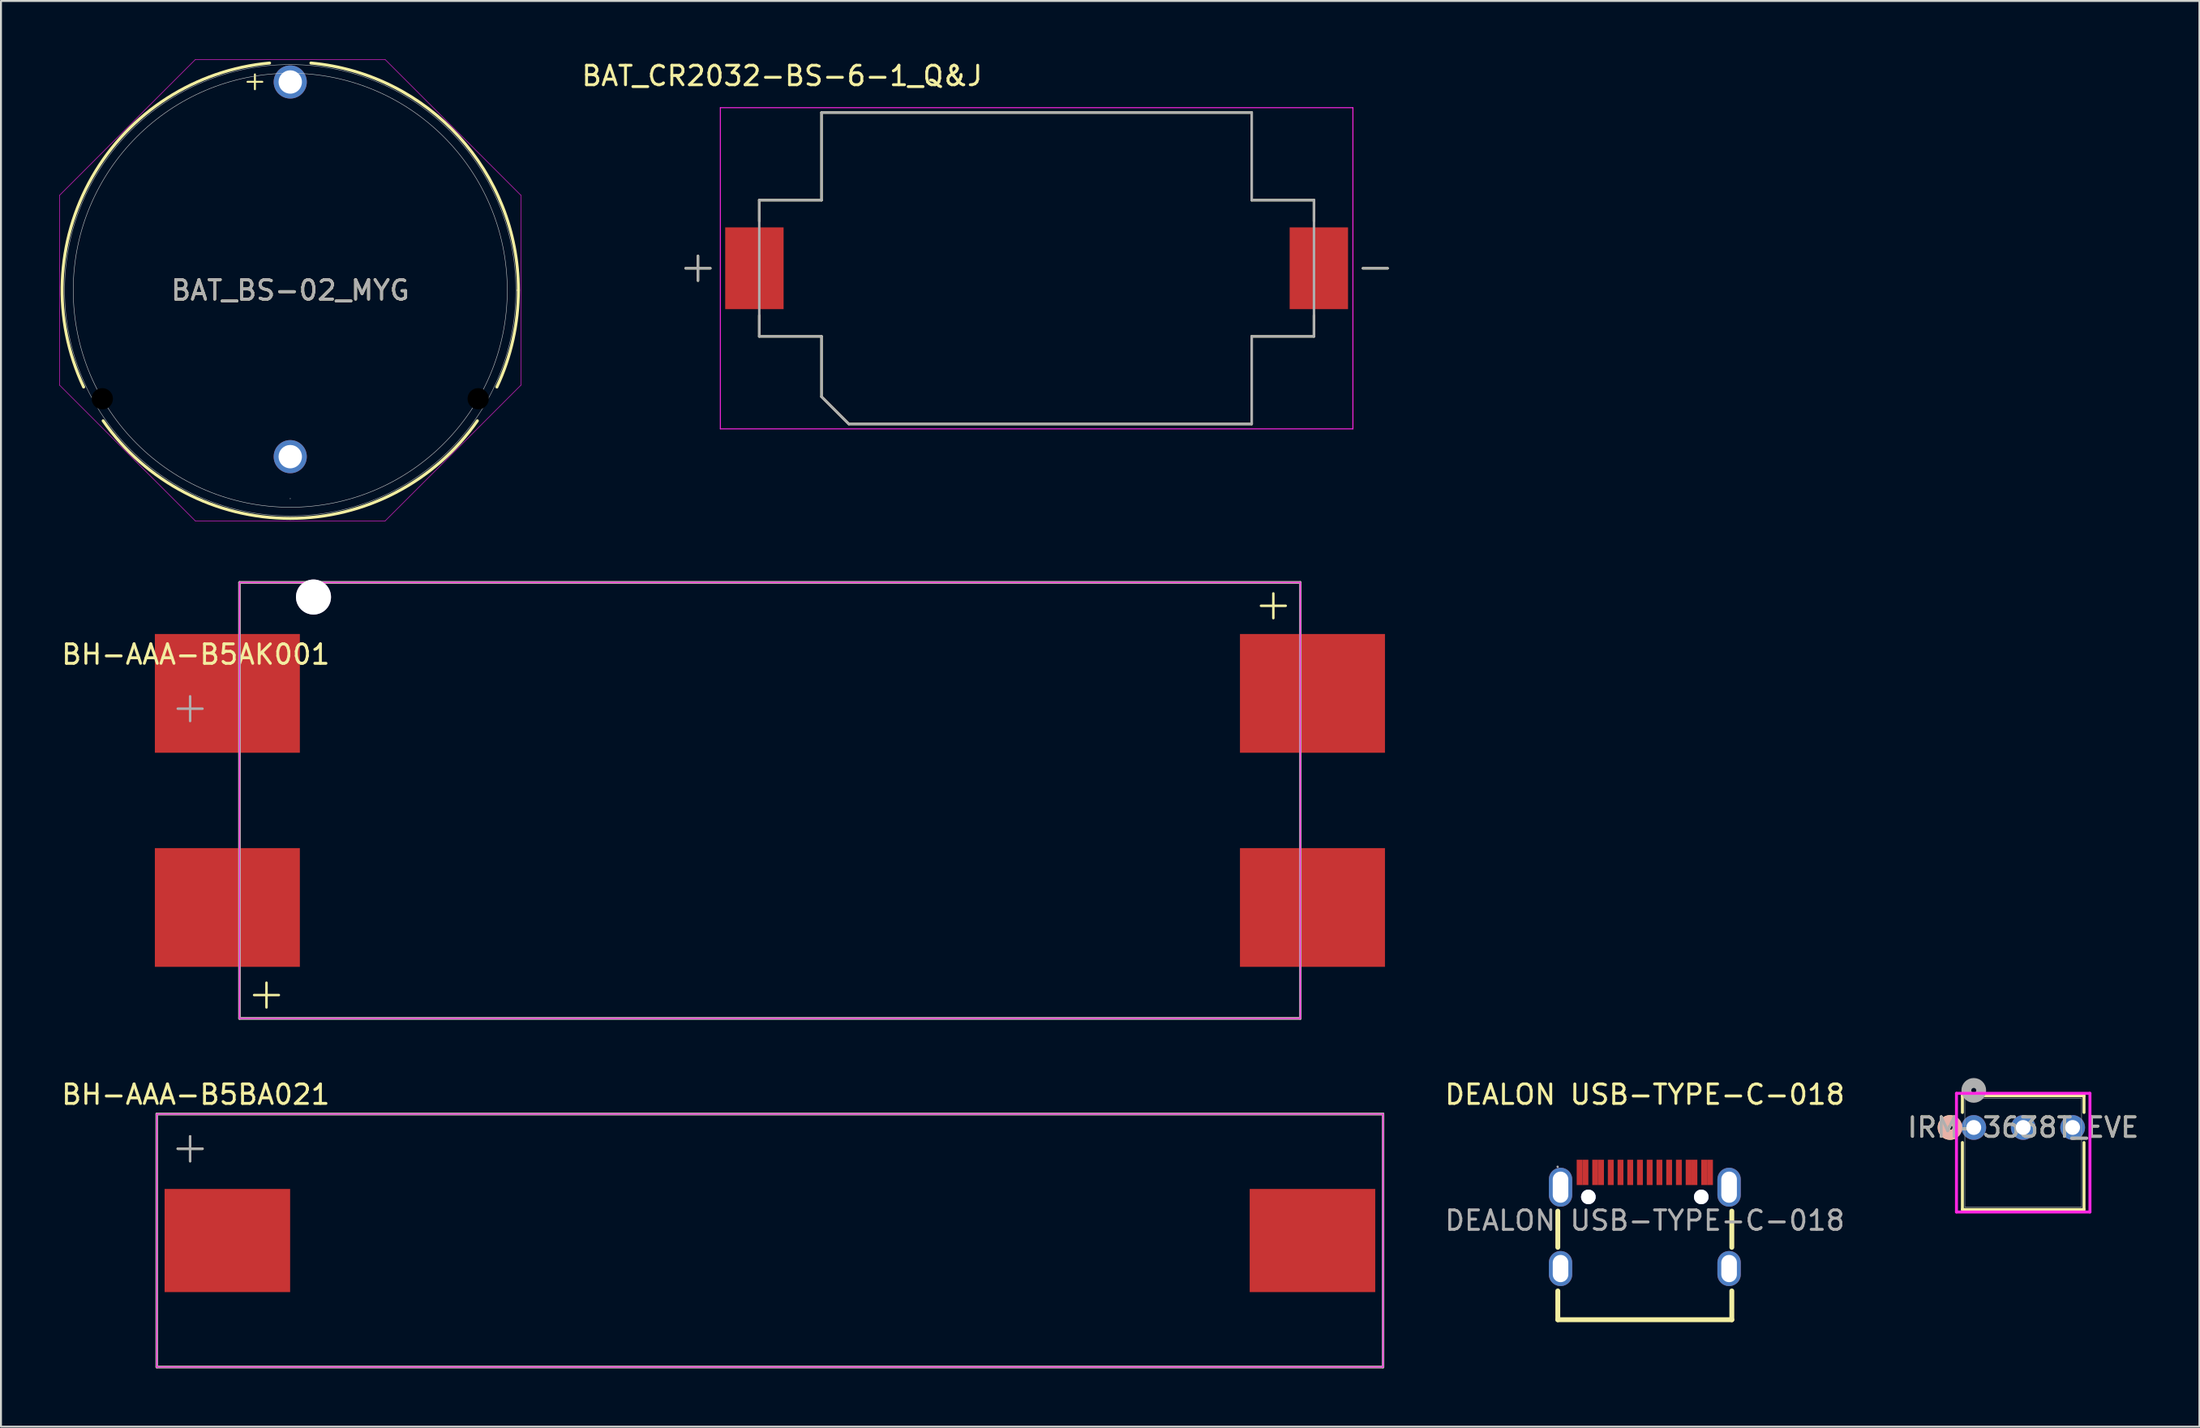
<source format=kicad_pcb>
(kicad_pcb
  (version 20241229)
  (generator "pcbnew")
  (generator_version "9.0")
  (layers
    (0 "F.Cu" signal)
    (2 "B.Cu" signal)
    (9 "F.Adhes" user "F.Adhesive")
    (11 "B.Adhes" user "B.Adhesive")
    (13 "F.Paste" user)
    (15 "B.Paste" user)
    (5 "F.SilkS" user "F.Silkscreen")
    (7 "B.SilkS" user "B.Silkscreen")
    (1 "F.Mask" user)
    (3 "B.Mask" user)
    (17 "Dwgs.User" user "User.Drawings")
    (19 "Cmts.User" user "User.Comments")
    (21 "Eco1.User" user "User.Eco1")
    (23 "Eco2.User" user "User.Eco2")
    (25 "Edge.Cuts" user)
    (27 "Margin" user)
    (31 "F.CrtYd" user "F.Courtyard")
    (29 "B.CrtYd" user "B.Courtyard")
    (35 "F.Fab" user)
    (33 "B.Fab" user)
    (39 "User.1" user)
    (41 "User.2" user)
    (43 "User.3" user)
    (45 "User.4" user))
  (footprint "IRM-3638T_EVE"
    (layer "F.Cu")
    (at 98.357 54.877)
    (property "Reference" "IRM-3638T_EVE" (at 2.54 0 0) (unlocked yes) (layer "F.SilkS") (effects (font (size 1 1) (thickness 0.15))))
    (attr through_hole)
    (fp_line (start -0.584 -1.627) (end -0.584 -0.772) (stroke (width 0.152) (type solid)) (layer "F.SilkS"))
    (fp_line (start -0.584 0.772) (end -0.584 4.215) (stroke (width 0.152) (type solid)) (layer "F.SilkS"))
    (fp_line (start -0.584 4.215) (end 5.664 4.215) (stroke (width 0.152) (type solid)) (layer "F.SilkS"))
    (fp_line (start 5.664 -1.627) (end -0.584 -1.627) (stroke (width 0.152) (type solid)) (layer "F.SilkS"))
    (fp_line (start 5.664 -0.772) (end 5.664 -1.627) (stroke (width 0.152) (type solid)) (layer "F.SilkS"))
    (fp_line (start 5.664 4.215) (end 5.664 0.772) (stroke (width 0.152) (type solid)) (layer "F.SilkS"))
    (fp_arc (start -1.088234 0.357783) (mid -1.6002 0) (end -1.088234 -0.357783) (stroke (width 0.508) (type solid)) (layer "F.SilkS"))
    (fp_circle (center -1.219 0) (end -0.838 0) (stroke (width 0.508) (type solid)) (fill no) (layer "B.SilkS"))
    (fp_line (start -0.889 -1.754) (end -0.889 4.342) (stroke (width 0.152) (type solid)) (layer "F.CrtYd"))
    (fp_line (start -0.889 4.342) (end 5.969 4.342) (stroke (width 0.152) (type solid)) (layer "F.CrtYd"))
    (fp_line (start 5.969 -1.754) (end -0.889 -1.754) (stroke (width 0.152) (type solid)) (layer "F.CrtYd"))
    (fp_line (start 5.969 4.342) (end 5.969 -1.754) (stroke (width 0.152) (type solid)) (layer "F.CrtYd"))
    (fp_line (start -0.457 -1.5) (end -0.457 4.088) (stroke (width 0.025) (type solid)) (layer "F.Fab"))
    (fp_line (start -0.457 4.088) (end 5.537 4.088) (stroke (width 0.025) (type solid)) (layer "F.Fab"))
    (fp_line (start 5.537 -1.5) (end -0.457 -1.5) (stroke (width 0.025) (type solid)) (layer "F.Fab"))
    (fp_line (start 5.537 4.088) (end 5.537 -1.5) (stroke (width 0.025) (type solid)) (layer "F.Fab"))
    (fp_circle (center 0 -1.905) (end 0.381 -1.905) (stroke (width 0.508) (type solid)) (fill no) (layer "F.Fab"))
    (fp_text user "${REFERENCE}" (at 2.54 0 0) (unlocked yes) (layer "F.Fab") (effects (font (size 1 1) (thickness 0.15))))
    (pad "1" thru_hole circle (at 0 0) (size 1.27 1.27) (drill 0.762) (layers "*.Cu" "*.Mask"))
    (pad "2" thru_hole circle (at 2.54 0) (size 1.27 1.27) (drill 0.762) (layers "*.Cu" "*.Mask"))
    (pad "3" thru_hole circle (at 5.08 0) (size 1.27 1.27) (drill 0.762) (layers "*.Cu" "*.Mask")))
  (footprint "DEALON USB-TYPE-C-018"
    (layer "F.Cu")
    (at 81.456 59.655)
    (property "Reference" "DEALON USB-TYPE-C-018" (at 0 -6.47 0) (layer "F.SilkS") (effects (font (size 1 1) (thickness 0.15))))
    (attr smd)
    (fp_line (start -4.47 1.38) (end -4.47 -0.48) (stroke (width 0.25) (type solid)) (layer "F.SilkS"))
    (fp_line (start -4.47 5.1) (end -4.47 3.62) (stroke (width 0.25) (type solid)) (layer "F.SilkS"))
    (fp_line (start 4.47 1.38) (end 4.47 -0.48) (stroke (width 0.25) (type solid)) (layer "F.SilkS"))
    (fp_line (start 4.47 5.1) (end -4.47 5.1) (stroke (width 0.25) (type solid)) (layer "F.SilkS"))
    (fp_line (start 4.47 5.1) (end 4.47 3.62) (stroke (width 0.25) (type solid)) (layer "F.SilkS"))
    (fp_circle (center -2.9 -1.21) (end -2.78 -1.21) (stroke (width 0.25) (type solid)) (fill no) (layer "Cmts.User"))
    (fp_circle (center 2.9 -1.21) (end 3.02 -1.21) (stroke (width 0.25) (type solid)) (fill no) (layer "Cmts.User"))
    (fp_circle (center -4.48 -2.76) (end -4.45 -2.76) (stroke (width 0.06) (type solid)) (fill no) (layer "F.Fab"))
    (fp_text user "${REFERENCE}" (at 0 0 0) (layer "F.Fab") (effects (font (size 1 1) (thickness 0.15))))
    (pad "" thru_hole circle (at -2.9 -1.21) (size 0.75 0.75) (drill 0.75) (layers "*.Cu" "*.Mask"))
    (pad "" thru_hole circle (at 2.9 -1.21) (size 0.75 0.75) (drill 0.75) (layers "*.Cu" "*.Mask"))
    (pad "0" thru_hole oval (at -4.33 -1.71) (size 1.2 2) (drill oval 0.8 1.6) (layers "*.Cu" "*.Mask"))
    (pad "1" thru_hole oval (at 4.33 -1.71) (size 1.2 2) (drill oval 0.8 1.6) (layers "*.Cu" "*.Mask"))
    (pad "2" thru_hole oval (at 4.33 2.47) (size 1.2 1.8) (drill oval 0.8 1.4) (layers "*.Cu" "*.Mask"))
    (pad "3" thru_hole oval (at -4.33 2.47) (size 1.2 1.8) (drill oval 0.8 1.4) (layers "*.Cu" "*.Mask"))
    (pad "A1" smd rect (at -3.35 -2.47) (size 0.3 1.3) (layers "F.Cu" "F.Mask" "F.Paste"))
    (pad "A4" smd rect (at -2.55 -2.47) (size 0.3 1.3) (layers "F.Cu" "F.Mask" "F.Paste"))
    (pad "A5" smd rect (at -1.25 -2.47) (size 0.3 1.3) (layers "F.Cu" "F.Mask" "F.Paste"))
    (pad "A6" smd rect (at -0.25 -2.47) (size 0.3 1.3) (layers "F.Cu" "F.Mask" "F.Paste"))
    (pad "A7" smd rect (at 0.25 -2.47) (size 0.3 1.3) (layers "F.Cu" "F.Mask" "F.Paste"))
    (pad "A8" smd rect (at 1.25 -2.47) (size 0.3 1.3) (layers "F.Cu" "F.Mask" "F.Paste"))
    (pad "A9" smd rect (at 2.55 -2.47) (size 0.3 1.3) (layers "F.Cu" "F.Mask" "F.Paste"))
    (pad "A12" smd rect (at 3.35 -2.47) (size 0.3 1.3) (layers "F.Cu" "F.Mask" "F.Paste"))
    (pad "B1" smd rect (at 3.05 -2.47) (size 0.3 1.3) (layers "F.Cu" "F.Mask" "F.Paste"))
    (pad "B4" smd rect (at 2.25 -2.47) (size 0.3 1.3) (layers "F.Cu" "F.Mask" "F.Paste"))
    (pad "B5" smd rect (at 1.75 -2.47) (size 0.3 1.3) (layers "F.Cu" "F.Mask" "F.Paste"))
    (pad "B6" smd rect (at 0.75 -2.47) (size 0.3 1.3) (layers "F.Cu" "F.Mask" "F.Paste"))
    (pad "B7" smd rect (at -0.75 -2.47) (size 0.3 1.3) (layers "F.Cu" "F.Mask" "F.Paste"))
    (pad "B8" smd rect (at -1.75 -2.47) (size 0.3 1.3) (layers "F.Cu" "F.Mask" "F.Paste"))
    (pad "B9" smd rect (at -2.25 -2.47) (size 0.3 1.3) (layers "F.Cu" "F.Mask" "F.Paste"))
    (pad "B12" smd rect (at -3.05 -2.47) (size 0.3 1.3) (layers "F.Cu" "F.Mask" "F.Paste")))
  (footprint "BH-AAA-B5BA021"
    (layer "F.Cu")
    (at 36.506 60.685)
    (property "Reference" "BH-AAA-B5BA021" (at -29.5 -7.5 0) (layer "F.SilkS") (effects (font (size 1 1) (thickness 0.15))))
    (attr smd)
    (fp_line (start -31.5 -6.5) (end -31.5 6.5) (stroke (width 0.127) (type solid)) (layer "F.SilkS"))
    (fp_line (start -29.788 -4.079) (end -29.788 -5.349) (stroke (width 0.127) (type solid)) (layer "F.SilkS"))
    (fp_line (start -29.153 -4.714) (end -30.423 -4.714) (stroke (width 0.127) (type solid)) (layer "F.SilkS"))
    (fp_line (start 31.5 -6.5) (end -31.5 -6.5) (stroke (width 0.127) (type solid)) (layer "F.SilkS"))
    (fp_line (start 31.5 -6.5) (end 31.5 6.5) (stroke (width 0.127) (type solid)) (layer "F.SilkS"))
    (fp_line (start 31.5 6.5) (end -31.5 6.5) (stroke (width 0.127) (type solid)) (layer "F.SilkS"))
    (fp_line (start -31.5 6.5) (end -31.5 -6.5) (stroke (width 0.05) (type solid)) (layer "F.CrtYd"))
    (fp_line (start 31.5 -6.5) (end -31.5 -6.5) (stroke (width 0.05) (type solid)) (layer "F.CrtYd"))
    (fp_line (start 31.5 6.5) (end -31.5 6.5) (stroke (width 0.05) (type solid)) (layer "F.CrtYd"))
    (fp_line (start 31.5 6.5) (end 31.5 -6.5) (stroke (width 0.05) (type solid)) (layer "F.CrtYd"))
    (fp_line (start -31.5 -6.5) (end -31.5 6.5) (stroke (width 0.127) (type solid)) (layer "F.Fab"))
    (fp_line (start -29.788 -4.079) (end -29.788 -5.349) (stroke (width 0.127) (type solid)) (layer "F.Fab"))
    (fp_line (start -29.153 -4.714) (end -30.423 -4.714) (stroke (width 0.127) (type solid)) (layer "F.Fab"))
    (fp_line (start 31.5 -6.5) (end -31.5 -6.5) (stroke (width 0.127) (type solid)) (layer "F.Fab"))
    (fp_line (start 31.5 6.5) (end -31.5 6.5) (stroke (width 0.127) (type solid)) (layer "F.Fab"))
    (fp_line (start 31.5 6.5) (end 31.5 -6.5) (stroke (width 0.127) (type solid)) (layer "F.Fab"))
    (pad "1" smd rect (at -27.875 0) (size 6.45 5.3) (layers "F.Cu" "F.Mask" "F.Paste"))
    (pad "2" smd rect (at 27.875 0) (size 6.45 5.3) (layers "F.Cu" "F.Mask" "F.Paste")))
  (footprint "BH-AAA-B5AK001"
    (layer "F.Cu")
    (at 36.506 38.074)
    (property "Reference" "BH-AAA-B5AK001" (at -29.5 -7.5 0) (layer "F.SilkS") (effects (font (size 1 1) (thickness 0.15))))
    (attr smd)
    (fp_line (start -27.25 -11.2) (end -27.25 11.2) (stroke (width 0.127) (type solid)) (layer "F.SilkS"))
    (fp_line (start -27.25 -11.2) (end 27.25 -11.2) (stroke (width 0.127) (type solid)) (layer "F.SilkS"))
    (fp_line (start -25.865 10.635) (end -25.865 9.365) (stroke (width 0.127) (type solid)) (layer "F.SilkS"))
    (fp_line (start -25.23 10) (end -26.5 10) (stroke (width 0.127) (type solid)) (layer "F.SilkS"))
    (fp_line (start 25.865 -9.365) (end 25.865 -10.635) (stroke (width 0.127) (type solid)) (layer "F.SilkS"))
    (fp_line (start 26.5 -10) (end 25.23 -10) (stroke (width 0.127) (type solid)) (layer "F.SilkS"))
    (fp_line (start 27.25 -11.2) (end 27.25 11.2) (stroke (width 0.127) (type solid)) (layer "F.SilkS"))
    (fp_line (start 27.25 11.2) (end -27.25 11.2) (stroke (width 0.127) (type solid)) (layer "F.SilkS"))
    (fp_line (start -27.25 11.2) (end -27.25 -11.2) (stroke (width 0.05) (type solid)) (layer "F.CrtYd"))
    (fp_line (start 27.25 -11.2) (end -27.25 -11.2) (stroke (width 0.05) (type solid)) (layer "F.CrtYd"))
    (fp_line (start 27.25 11.2) (end -27.25 11.2) (stroke (width 0.05) (type solid)) (layer "F.CrtYd"))
    (fp_line (start 27.25 11.2) (end 27.25 -11.2) (stroke (width 0.05) (type solid)) (layer "F.CrtYd"))
    (fp_line (start -29.788 -4.079) (end -29.788 -5.349) (stroke (width 0.127) (type solid)) (layer "F.Fab"))
    (fp_line (start -29.153 -4.714) (end -30.423 -4.714) (stroke (width 0.127) (type solid)) (layer "F.Fab"))
    (fp_line (start -27.25 -11.2) (end -27.25 11.2) (stroke (width 0.127) (type solid)) (layer "F.Fab"))
    (fp_line (start 27.25 -11.2) (end -27.25 -11.2) (stroke (width 0.127) (type solid)) (layer "F.Fab"))
    (fp_line (start 27.25 11.2) (end -27.25 11.2) (stroke (width 0.127) (type solid)) (layer "F.Fab"))
    (fp_line (start 27.25 11.2) (end 27.25 -11.2) (stroke (width 0.127) (type solid)) (layer "F.Fab"))
    (pad "" thru_hole circle (at -23.45 -10.45) (size 1.8 1.8) (drill 1.8) (layers "*.Cu" "*.Mask"))
    (pad "1" smd rect (at 27.875 -5.5) (size 7.45 6.1) (layers "F.Cu" "F.Mask" "F.Paste"))
    (pad "2" smd rect (at -27.875 -5.5) (size 7.45 6.1) (layers "F.Cu" "F.Mask" "F.Paste"))
    (pad "3" smd rect (at -27.875 5.5) (size 7.45 6.1) (layers "F.Cu" "F.Mask" "F.Paste"))
    (pad "4" smd rect (at 27.875 5.5) (size 7.45 6.1) (layers "F.Cu" "F.Mask" "F.Paste")))
  (footprint "BAT_BS-02_MYG"
    (layer "F.Cu")
    (at 11.862 1.162)
    (property "Reference" "BAT_BS-02_MYG" (at 0 10.7 0) (unlocked yes) (layer "F.SilkS") (effects (font (size 1 1) (thickness 0.15))))
    (attr through_hole)
    (fp_arc (start -10.615319 15.672196) (mid -10.166596 4.864947) (end -1.061357 -0.973941) (stroke (width 0.1524) (type solid)) (layer "F.SilkS"))
    (fp_arc (start 1.061357 -0.973941) (mid 8.655893 2.795382) (end 11.7221 10.70001) (stroke (width 0.1524) (type solid)) (layer "F.SilkS"))
    (fp_arc (start 9.613692 17.407062) (mid -0.000009 22.42211) (end -9.613703 17.407047) (stroke (width 0.1524) (type solid)) (layer "F.SilkS"))
    (fp_arc (start 11.7221 10.700024) (mid 11.442057 13.24696) (end 10.615316 15.672203) (stroke (width 0.1524) (type solid)) (layer "F.SilkS"))
    (fp_circle (center 0 10.7) (end 11.15 10.7) (stroke (width 0.025) (type solid)) (fill no) (layer "Dwgs.User"))
    (fp_line (start -11.849 5.821) (end -4.879 -1.149) (stroke (width 0.025) (type solid)) (layer "F.CrtYd"))
    (fp_line (start -11.849 15.579) (end -11.849 5.821) (stroke (width 0.025) (type solid)) (layer "F.CrtYd"))
    (fp_line (start -4.879 -1.149) (end 4.879 -1.149) (stroke (width 0.025) (type solid)) (layer "F.CrtYd"))
    (fp_line (start -4.879 22.549) (end -11.849 15.579) (stroke (width 0.025) (type solid)) (layer "F.CrtYd"))
    (fp_line (start 4.879 -1.149) (end 11.849 5.821) (stroke (width 0.025) (type solid)) (layer "F.CrtYd"))
    (fp_line (start 4.879 22.549) (end -4.879 22.549) (stroke (width 0.025) (type solid)) (layer "F.CrtYd"))
    (fp_line (start 11.849 5.821) (end 11.849 15.579) (stroke (width 0.025) (type solid)) (layer "F.CrtYd"))
    (fp_line (start 11.849 15.579) (end 4.879 22.549) (stroke (width 0.025) (type solid)) (layer "F.CrtYd"))
    (fp_circle (center 0 10.7) (end 11.595 10.7) (stroke (width 0.025) (type solid)) (fill no) (layer "F.Fab"))
    (fp_circle (center 0 21.406) (end 0 21.406) (stroke (width 0.025) (type solid)) (fill no) (layer "F.Fab"))
    (fp_text user "+" (at -2.5 0.5 0) (unlocked yes) (layer "F.SilkS") (effects (font (size 1 1) (thickness 0.1)) (justify left bottom)))
    (fp_text user "${REFERENCE}" (at 0 10.7 0) (unlocked yes) (layer "F.Fab") (effects (font (size 1 1) (thickness 0.15))))
    (pad "" np_thru_hole circle (at -9.656 16.275 120) (size 1.092 1.092) (drill 1.092) (layers))
    (pad "" np_thru_hole circle (at 9.656 16.275 240) (size 1.092 1.092) (drill 1.092) (layers))
    (pad "1" thru_hole circle (at 0 0) (size 1.702 1.702) (drill 1.2) (layers "*.Cu" "*.Mask"))
    (pad "2" thru_hole circle (at 0 19.25) (size 1.702 1.702) (drill 1.2) (layers "*.Cu" "*.Mask")))
  (footprint "BAT_CR2032-BS-6-1_Q&J"
    (layer "F.Cu")
    (at 50.209 10.733)
    (property "Reference" "BAT_CR2032-BS-6-1_Q&J" (at -13.075 -9.885 0) (layer "F.SilkS") (effects (font (size 1 1) (thickness 0.15))))
    (attr smd)
    (fp_line (start -17.399 0.635) (end -17.399 -0.635) (stroke (width 0.127) (type solid)) (layer "F.SilkS"))
    (fp_line (start -16.764 0) (end -18.034 0) (stroke (width 0.127) (type solid)) (layer "F.SilkS"))
    (fp_line (start -14.25 -3.5) (end -14.25 -2.42) (stroke (width 0.127) (type solid)) (layer "F.SilkS"))
    (fp_line (start -14.25 2.42) (end -14.25 3.5) (stroke (width 0.127) (type solid)) (layer "F.SilkS"))
    (fp_line (start -14.25 3.5) (end -11.05 3.5) (stroke (width 0.127) (type solid)) (layer "F.SilkS"))
    (fp_line (start -11.05 -8) (end 11.05 -8) (stroke (width 0.127) (type solid)) (layer "F.SilkS"))
    (fp_line (start -11.05 -3.5) (end -14.25 -3.5) (stroke (width 0.127) (type solid)) (layer "F.SilkS"))
    (fp_line (start -11.05 -3.5) (end -11.05 -8) (stroke (width 0.127) (type solid)) (layer "F.SilkS"))
    (fp_line (start -11.05 6.6) (end -11.05 3.5) (stroke (width 0.127) (type solid)) (layer "F.SilkS"))
    (fp_line (start -9.65 8) (end -11.05 6.6) (stroke (width 0.127) (type solid)) (layer "F.SilkS"))
    (fp_line (start 11.05 -8) (end 11.05 -3.5) (stroke (width 0.127) (type solid)) (layer "F.SilkS"))
    (fp_line (start 11.05 3.5) (end 11.05 8) (stroke (width 0.127) (type solid)) (layer "F.SilkS"))
    (fp_line (start 11.05 3.5) (end 14.25 3.5) (stroke (width 0.127) (type solid)) (layer "F.SilkS"))
    (fp_line (start 11.05 8) (end -9.65 8) (stroke (width 0.127) (type solid)) (layer "F.SilkS"))
    (fp_line (start 14.25 -3.5) (end 11.05 -3.5) (stroke (width 0.127) (type solid)) (layer "F.SilkS"))
    (fp_line (start 14.25 -3.5) (end 14.25 -2.42) (stroke (width 0.127) (type solid)) (layer "F.SilkS"))
    (fp_line (start 14.25 3.5) (end 14.25 2.42) (stroke (width 0.127) (type solid)) (layer "F.SilkS"))
    (fp_line (start 16.764 0) (end 18.034 0) (stroke (width 0.127) (type solid)) (layer "F.SilkS"))
    (fp_line (start -16.25 -8.25) (end -16.25 8.25) (stroke (width 0.05) (type solid)) (layer "F.CrtYd"))
    (fp_line (start -16.25 8.25) (end 16.25 8.25) (stroke (width 0.05) (type solid)) (layer "F.CrtYd"))
    (fp_line (start 16.25 -8.25) (end -16.25 -8.25) (stroke (width 0.05) (type solid)) (layer "F.CrtYd"))
    (fp_line (start 16.25 8.25) (end 16.25 -8.25) (stroke (width 0.05) (type solid)) (layer "F.CrtYd"))
    (fp_line (start -17.399 0.635) (end -17.399 -0.635) (stroke (width 0.127) (type solid)) (layer "F.Fab"))
    (fp_line (start -16.764 0) (end -18.034 0) (stroke (width 0.127) (type solid)) (layer "F.Fab"))
    (fp_line (start -14.25 -3.5) (end -14.25 3.5) (stroke (width 0.127) (type solid)) (layer "F.Fab"))
    (fp_line (start -14.25 3.5) (end -11.05 3.5) (stroke (width 0.127) (type solid)) (layer "F.Fab"))
    (fp_line (start -11.05 -8) (end 11.05 -8) (stroke (width 0.127) (type solid)) (layer "F.Fab"))
    (fp_line (start -11.05 -3.5) (end -14.25 -3.5) (stroke (width 0.127) (type solid)) (layer "F.Fab"))
    (fp_line (start -11.05 -3.5) (end -11.05 -8) (stroke (width 0.127) (type solid)) (layer "F.Fab"))
    (fp_line (start -11.05 6.6) (end -11.05 3.5) (stroke (width 0.127) (type solid)) (layer "F.Fab"))
    (fp_line (start -9.65 8) (end -11.05 6.6) (stroke (width 0.127) (type solid)) (layer "F.Fab"))
    (fp_line (start 11.05 -8) (end 11.05 -3.5) (stroke (width 0.127) (type solid)) (layer "F.Fab"))
    (fp_line (start 11.05 3.5) (end 11.05 8) (stroke (width 0.127) (type solid)) (layer "F.Fab"))
    (fp_line (start 11.05 3.5) (end 14.25 3.5) (stroke (width 0.127) (type solid)) (layer "F.Fab"))
    (fp_line (start 11.05 8) (end -9.65 8) (stroke (width 0.127) (type solid)) (layer "F.Fab"))
    (fp_line (start 14.25 -3.5) (end 11.05 -3.5) (stroke (width 0.127) (type solid)) (layer "F.Fab"))
    (fp_line (start 14.25 3.5) (end 14.25 -3.5) (stroke (width 0.127) (type solid)) (layer "F.Fab"))
    (fp_line (start 16.764 0) (end 18.034 0) (stroke (width 0.127) (type solid)) (layer "F.Fab"))
    (pad "1" smd rect (at -14.5 0) (size 3 4.2) (layers "F.Cu" "F.Mask" "F.Paste"))
    (pad "2" smd rect (at 14.5 0) (size 3 4.2) (layers "F.Cu" "F.Mask" "F.Paste")))
  (gr_rect
    (start -3 -3)
    (end 109.95 70.249)
    (stroke (width 0.1) (type default))
    (fill no)
    (layer "Edge.Cuts")))
</source>
